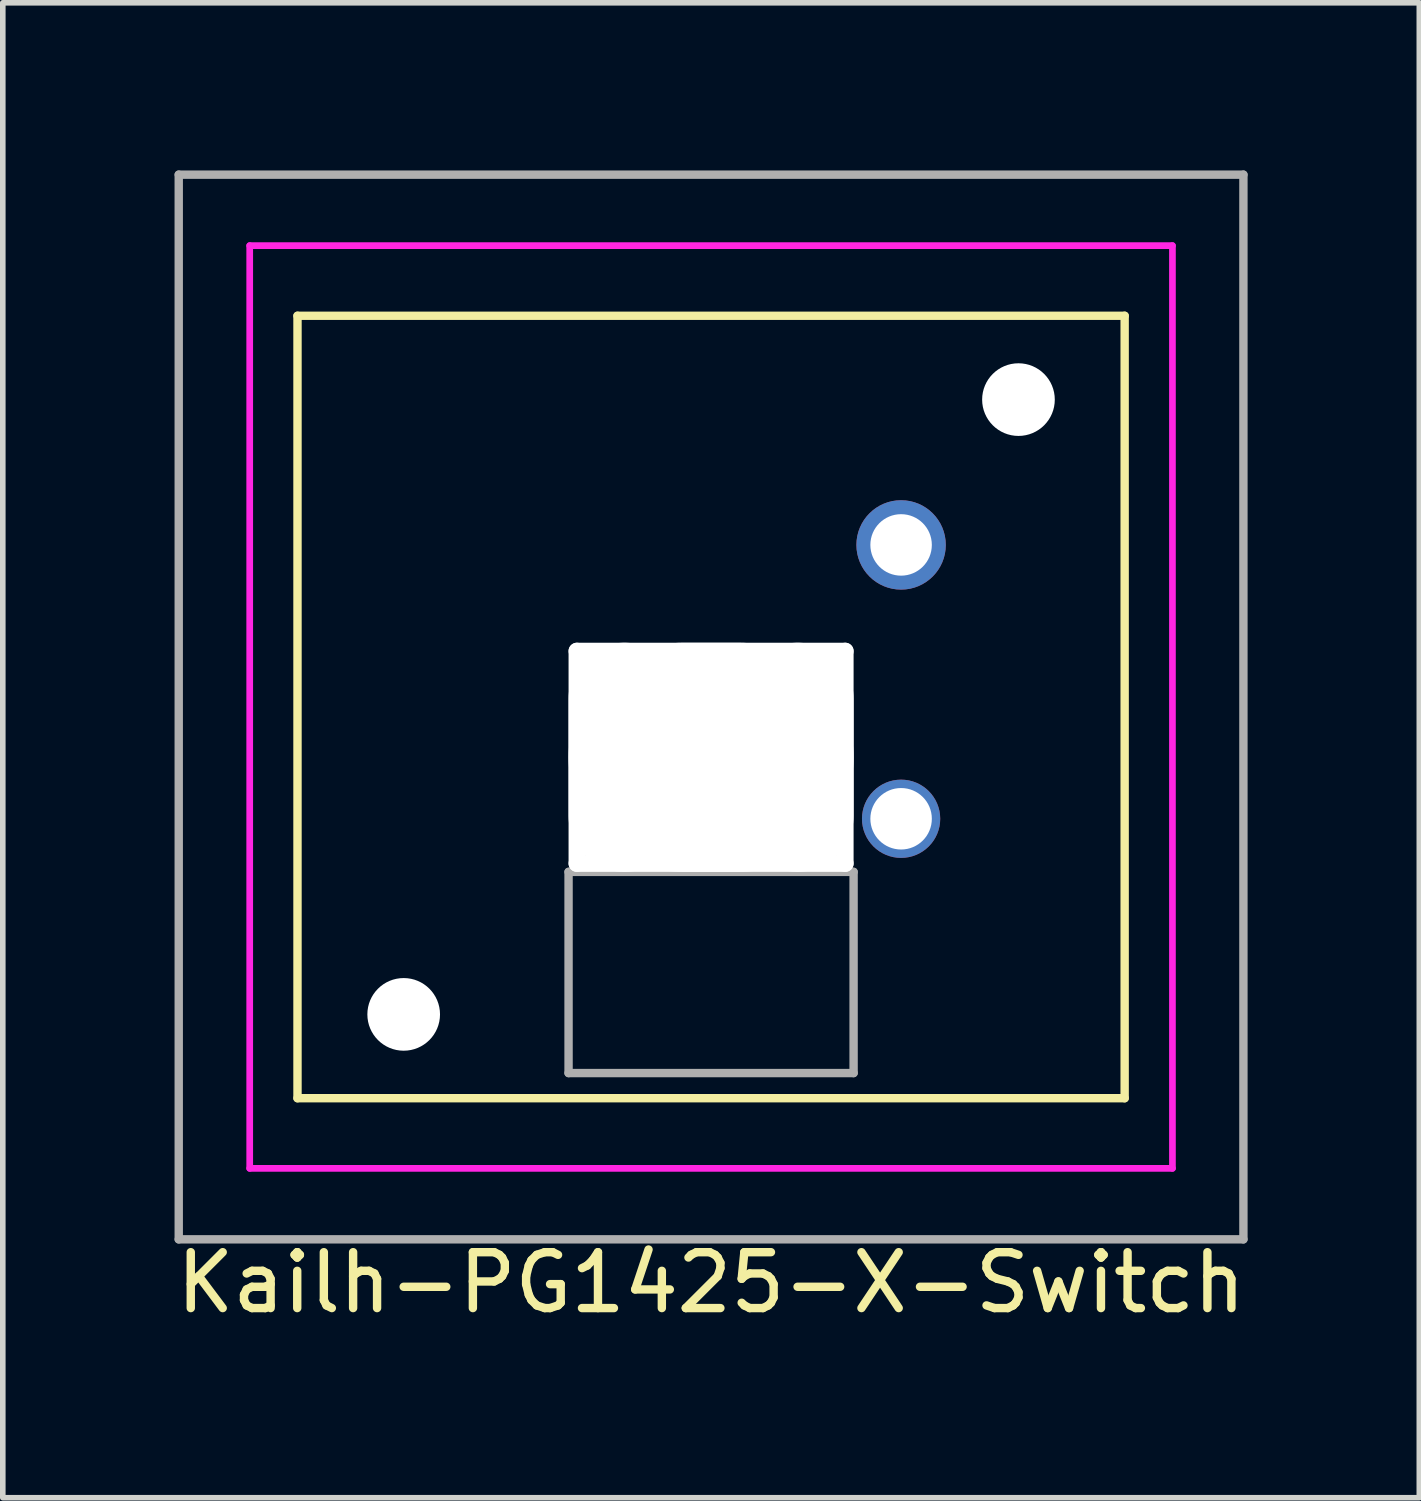
<source format=kicad_pcb>
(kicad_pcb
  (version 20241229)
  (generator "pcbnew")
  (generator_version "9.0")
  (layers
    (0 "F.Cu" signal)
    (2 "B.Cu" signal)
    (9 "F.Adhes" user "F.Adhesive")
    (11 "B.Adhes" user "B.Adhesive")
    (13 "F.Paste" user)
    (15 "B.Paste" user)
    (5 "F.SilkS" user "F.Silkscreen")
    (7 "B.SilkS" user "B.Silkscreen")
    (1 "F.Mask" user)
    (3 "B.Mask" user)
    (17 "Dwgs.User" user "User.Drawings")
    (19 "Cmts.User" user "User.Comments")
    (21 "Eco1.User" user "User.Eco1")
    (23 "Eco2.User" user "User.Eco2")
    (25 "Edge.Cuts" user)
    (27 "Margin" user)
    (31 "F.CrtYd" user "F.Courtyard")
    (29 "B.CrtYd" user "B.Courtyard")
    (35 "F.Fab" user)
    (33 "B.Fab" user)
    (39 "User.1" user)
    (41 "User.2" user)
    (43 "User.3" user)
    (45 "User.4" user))
  (footprint "Kailh-PG1425-X-Switch"
    (layer "F.Cu")
    (at 13.073 6.7)
    (property "Reference" "Kailh-PG1425-X-Switch" (at -3.4 13.2 0) (layer "F.SilkS") (effects (font (size 1 1) (thickness 0.15))))
    (attr through_hole)
    (fp_line (start -10.8 -4.1) (end 4 -4.1) (stroke (width 0.15) (type solid)) (layer "F.SilkS"))
    (fp_line (start -10.8 9.9) (end -10.8 -4.1) (stroke (width 0.15) (type solid)) (layer "F.SilkS"))
    (fp_line (start 4 -4.1) (end 4 9.9) (stroke (width 0.15) (type solid)) (layer "F.SilkS"))
    (fp_line (start 4 9.9) (end -10.8 9.9) (stroke (width 0.15) (type solid)) (layer "F.SilkS"))
    (fp_line (start -11.655 -5.355) (end 4.855 -5.355) (stroke (width 0.12) (type solid)) (layer "F.CrtYd"))
    (fp_line (start -11.655 11.155) (end -11.655 -5.355) (stroke (width 0.12) (type solid)) (layer "F.CrtYd"))
    (fp_line (start 4.855 -5.355) (end 4.855 11.155) (stroke (width 0.12) (type solid)) (layer "F.CrtYd"))
    (fp_line (start 4.855 11.155) (end -11.655 11.155) (stroke (width 0.12) (type solid)) (layer "F.CrtYd"))
    (fp_line (start -12.925 -6.625) (end 6.125 -6.625) (stroke (width 0.15) (type solid)) (layer "F.Fab"))
    (fp_line (start -12.925 12.425) (end -12.925 -6.625) (stroke (width 0.15) (type solid)) (layer "F.Fab"))
    (fp_line (start -5.95 5.85) (end -5.95 9.45) (stroke (width 0.15) (type solid)) (layer "F.Fab"))
    (fp_line (start -5.95 9.45) (end -0.85 9.45) (stroke (width 0.15) (type solid)) (layer "F.Fab"))
    (fp_line (start -0.85 5.85) (end -5.95 5.85) (stroke (width 0.15) (type solid)) (layer "F.Fab"))
    (fp_line (start -0.85 9.45) (end -0.85 5.85) (stroke (width 0.15) (type solid)) (layer "F.Fab"))
    (fp_line (start 6.125 -6.625) (end 6.125 12.425) (stroke (width 0.15) (type solid)) (layer "F.Fab"))
    (fp_line (start 6.125 12.425) (end -12.925 12.425) (stroke (width 0.15) (type solid)) (layer "F.Fab"))
    (pad "" np_thru_hole circle (at -8.9 8.4) (size 1.3 1.3) (drill 1.3) (layers "*.Cu" "*.Mask"))
    (pad "" np_thru_hole oval (at -5.8 3.8) (size 0.3 4.1) (drill oval 0.3 4.1) (layers "*.Cu" "*.Mask"))
    (pad "" np_thru_hole oval (at -4.95 3.8) (size 2 4.1) (drill oval 2 4.1) (layers "*.Cu" "*.Mask"))
    (pad "" np_thru_hole oval (at -3.4 1.9) (size 5.1 0.3) (drill oval 5.1 0.3) (layers "*.Cu" "*.Mask"))
    (pad "" np_thru_hole oval (at -3.4 3.8) (size 5.1 4.1) (drill oval 5.1 4.1) (layers "*.Cu" "*.Mask"))
    (pad "" np_thru_hole oval (at -3.4 5.7) (size 5.1 0.3) (drill oval 5.1 0.3) (layers "*.Cu" "*.Mask"))
    (pad "" np_thru_hole oval (at -1.85 3.8) (size 2 4.1) (drill oval 2 4.1) (layers "*.Cu" "*.Mask"))
    (pad "" np_thru_hole oval (at -1 3.8) (size 0.3 4.1) (drill oval 0.3 4.1) (layers "*.Cu" "*.Mask"))
    (pad "" np_thru_hole circle (at 2.1 -2.6) (size 1.3 1.3) (drill 1.3) (layers "*.Cu" "*.Mask"))
    (pad "1" thru_hole circle (at 0 0) (size 1.6 1.6) (drill 1.1) (layers "*.Cu" "*.Mask"))
    (pad "2" thru_hole circle (at 0 4.9) (size 1.4 1.4) (drill 1.1) (layers "*.Cu" "*.Mask")))
  (gr_rect
    (start -3 -3)
    (end 22.345 23.748)
    (stroke (width 0.1) (type default))
    (fill no)
    (layer "Edge.Cuts")))
</source>
